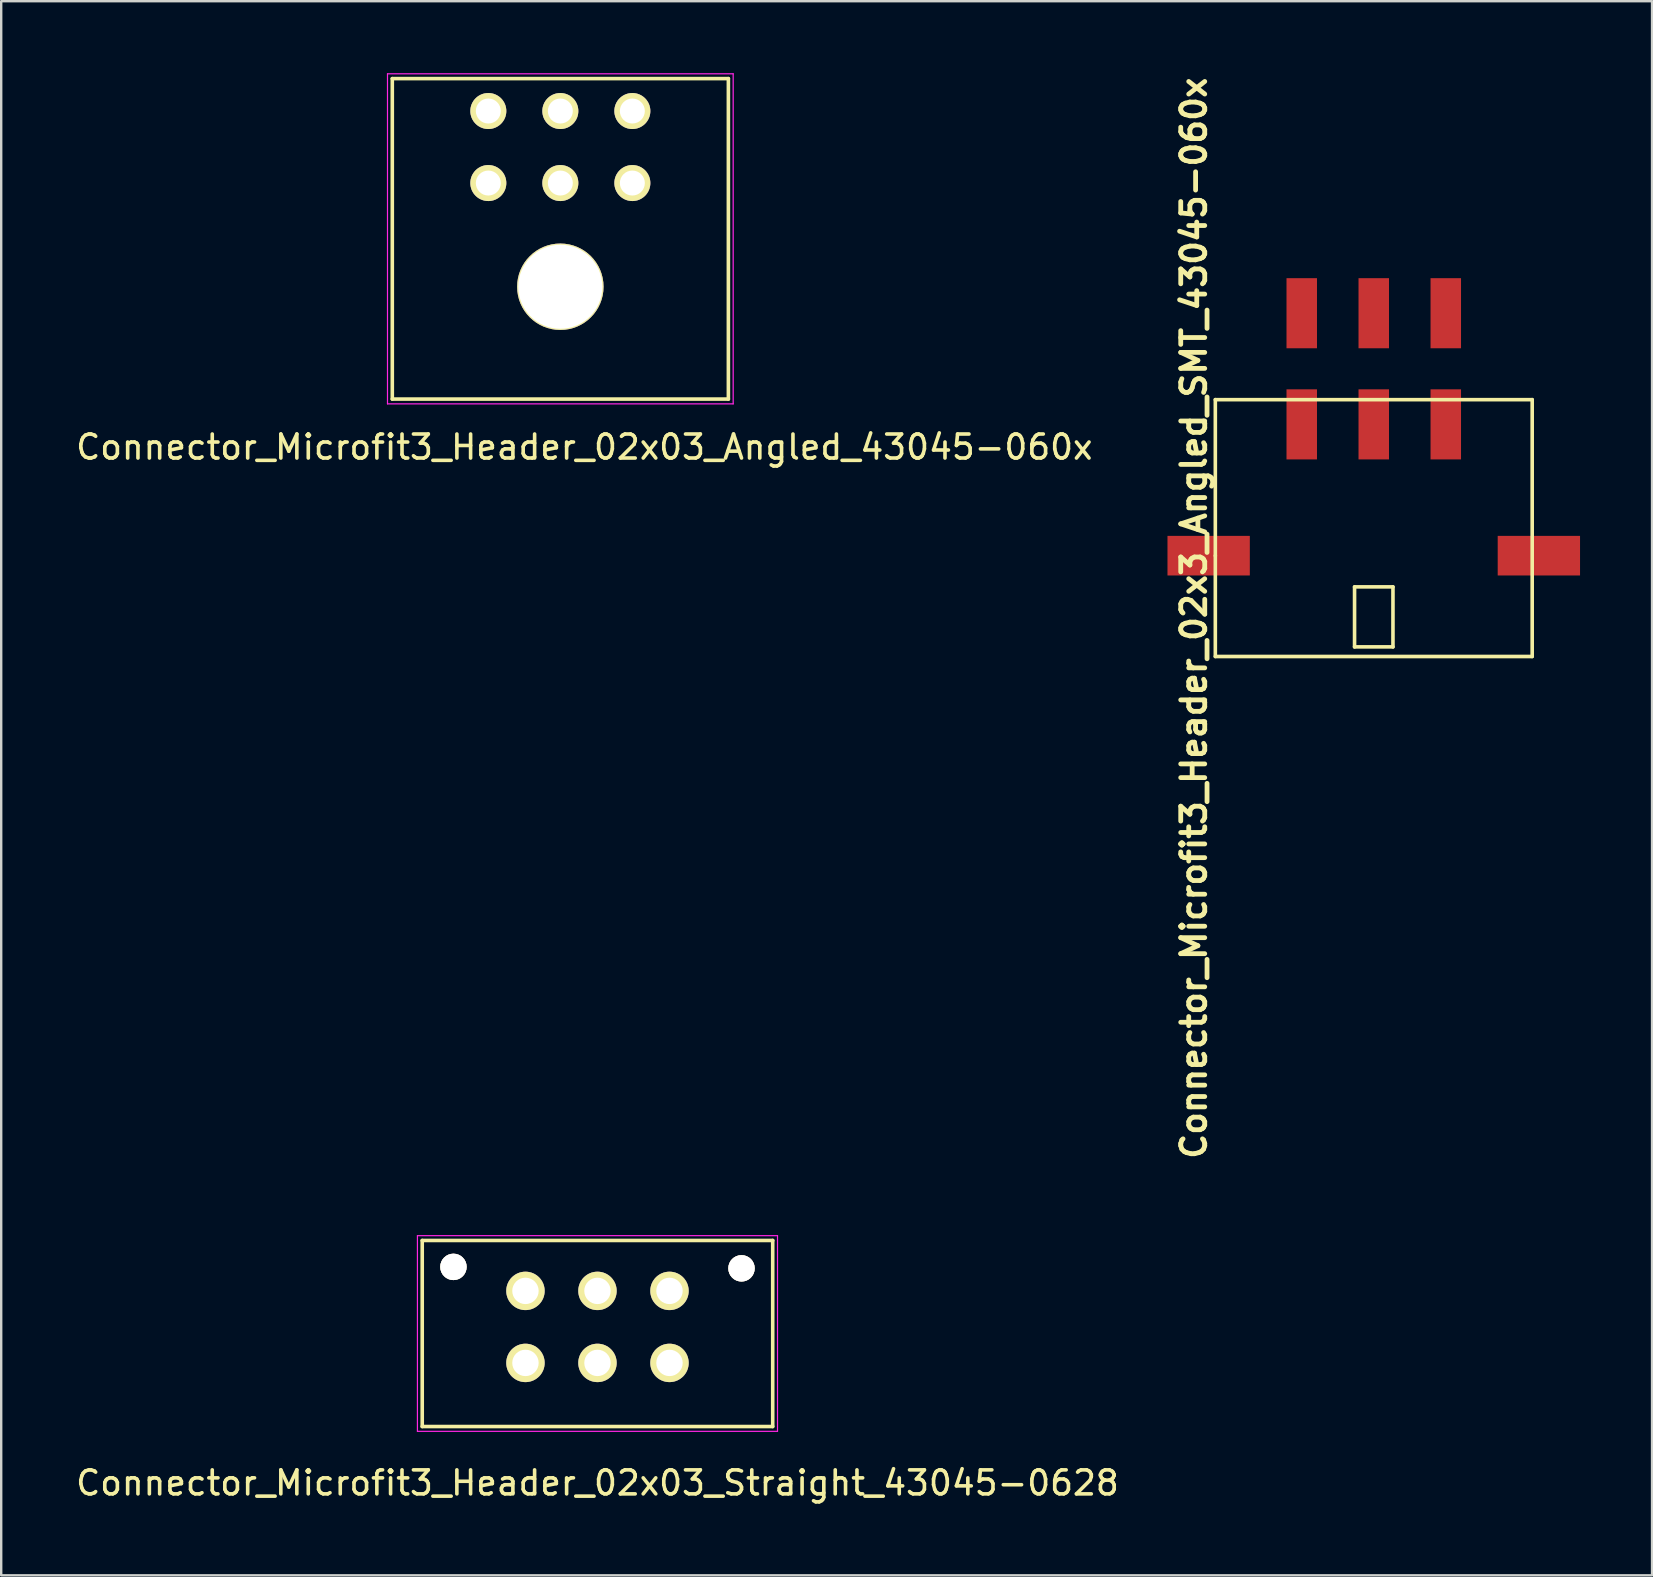
<source format=kicad_pcb>
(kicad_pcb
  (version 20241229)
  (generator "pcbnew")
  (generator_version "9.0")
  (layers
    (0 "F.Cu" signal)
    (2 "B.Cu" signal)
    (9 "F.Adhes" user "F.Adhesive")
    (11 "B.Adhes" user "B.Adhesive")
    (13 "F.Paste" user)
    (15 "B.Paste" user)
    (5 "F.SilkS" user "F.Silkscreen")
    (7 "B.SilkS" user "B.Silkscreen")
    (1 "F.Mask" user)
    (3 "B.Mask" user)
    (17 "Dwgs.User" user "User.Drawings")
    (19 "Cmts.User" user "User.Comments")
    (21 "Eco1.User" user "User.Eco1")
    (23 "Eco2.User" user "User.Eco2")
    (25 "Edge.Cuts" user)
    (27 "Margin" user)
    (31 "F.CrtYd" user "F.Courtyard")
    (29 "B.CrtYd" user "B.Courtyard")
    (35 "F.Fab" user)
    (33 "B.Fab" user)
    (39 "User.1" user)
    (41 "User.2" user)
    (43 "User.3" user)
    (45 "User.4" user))
  (footprint "Connector_Microfit3_Header_02x03_Angled_43045-060x"
    (layer "F.Cu")
    (at 23.292 4.575)
    (property "Reference" "Connector_Microfit3_Header_02x03_Angled_43045-060x" (at -2 11 0) (layer "F.SilkS") (effects (font (size 1 1) (thickness 0.15))))
    (attr through_hole)
    (fp_line (start -10 -4.35) (end 4 -4.35) (stroke (width 0.15) (type solid)) (layer "F.SilkS"))
    (fp_line (start -10 9) (end -10 -4.35) (stroke (width 0.15) (type solid)) (layer "F.SilkS"))
    (fp_line (start 4 -4.35) (end 4 9) (stroke (width 0.15) (type solid)) (layer "F.SilkS"))
    (fp_line (start 4 9) (end -10 9) (stroke (width 0.15) (type solid)) (layer "F.SilkS"))
    (fp_line (start -10.2 -4.55) (end -10.2 9.2) (stroke (width 0.05) (type solid)) (layer "F.CrtYd"))
    (fp_line (start -10.2 9.2) (end 4.2 9.2) (stroke (width 0.05) (type solid)) (layer "F.CrtYd"))
    (fp_line (start 4.2 -4.55) (end -10.2 -4.55) (stroke (width 0.05) (type solid)) (layer "F.CrtYd"))
    (fp_line (start 4.2 9.2) (end 4.2 -4.55) (stroke (width 0.05) (type solid)) (layer "F.CrtYd"))
    (pad "" thru_hole circle (at -3 4.32) (size 3.6 3.6) (drill 3.5) (layers "*.Cu" "*.Mask" "F.SilkS"))
    (pad "1" thru_hole circle (at 0 0) (size 1.5 1.5) (drill 1.04) (layers "*.Cu" "*.Mask" "F.SilkS"))
    (pad "2" thru_hole circle (at -3 0) (size 1.5 1.5) (drill 1.04) (layers "*.Cu" "*.Mask" "F.SilkS"))
    (pad "3" thru_hole circle (at -6 0) (size 1.5 1.5) (drill 1.04) (layers "*.Cu" "*.Mask" "F.SilkS"))
    (pad "4" thru_hole circle (at 0 -3) (size 1.5 1.5) (drill 1.04) (layers "*.Cu" "*.Mask" "F.SilkS"))
    (pad "5" thru_hole circle (at -3 -3) (size 1.5 1.5) (drill 1.04) (layers "*.Cu" "*.Mask" "F.SilkS"))
    (pad "6" thru_hole circle (at -6 -3) (size 1.5 1.5) (drill 1.04) (layers "*.Cu" "*.Mask" "F.SilkS")))
  (footprint "Connector_Microfit3_Header_02x03_Straight_43045-0628"
    (layer "F.Cu")
    (at 24.839 53.725)
    (property "Reference" "Connector_Microfit3_Header_02x03_Straight_43045-0628" (at -3 5 0) (layer "F.SilkS") (effects (font (size 1 1) (thickness 0.15))))
    (attr through_hole)
    (fp_line (start -10.3 2.65) (end -10.3 -5.1) (stroke (width 0.15) (type solid)) (layer "F.SilkS"))
    (fp_line (start 4.3 -5.1) (end -10.3 -5.1) (stroke (width 0.15) (type solid)) (layer "F.SilkS"))
    (fp_line (start 4.3 2.65) (end -10.3 2.65) (stroke (width 0.15) (type solid)) (layer "F.SilkS"))
    (fp_line (start 4.3 2.65) (end 4.3 -5.1) (stroke (width 0.15) (type solid)) (layer "F.SilkS"))
    (fp_line (start -10.5 2.85) (end -10.5 -5.3) (stroke (width 0.05) (type solid)) (layer "F.CrtYd"))
    (fp_line (start 4.5 -5.3) (end -10.5 -5.3) (stroke (width 0.05) (type solid)) (layer "F.CrtYd"))
    (fp_line (start 4.5 2.85) (end -10.5 2.85) (stroke (width 0.05) (type solid)) (layer "F.CrtYd"))
    (fp_line (start 4.5 2.85) (end 4.5 -5.3) (stroke (width 0.05) (type solid)) (layer "F.CrtYd"))
    (pad "" thru_hole circle (at -9 -4) (size 1.1 1.1) (drill 1.1) (layers "*.Cu" "*.Mask" "F.SilkS"))
    (pad "" thru_hole circle (at 3 -3.94) (size 1.1 1.1) (drill 1.1) (layers "*.Cu" "*.Mask" "F.SilkS"))
    (pad "1" thru_hole circle (at 0 0) (size 1.6 1.6) (drill 1.1) (layers "*.Cu" "*.Mask" "F.SilkS"))
    (pad "2" thru_hole circle (at -3 0) (size 1.6 1.6) (drill 1.1) (layers "*.Cu" "*.Mask" "F.SilkS"))
    (pad "3" thru_hole circle (at -6 0) (size 1.6 1.6) (drill 1.1) (layers "*.Cu" "*.Mask" "F.SilkS"))
    (pad "4" thru_hole circle (at 0 -3) (size 1.6 1.6) (drill 1.1) (layers "*.Cu" "*.Mask" "F.SilkS"))
    (pad "5" thru_hole circle (at -3 -3) (size 1.6 1.6) (drill 1.1) (layers "*.Cu" "*.Mask" "F.SilkS"))
    (pad "6" thru_hole circle (at -6 -3) (size 1.6 1.6) (drill 1.1) (layers "*.Cu" "*.Mask" "F.SilkS")))
  (footprint "Connector_Microfit3_Header_02x3_Angled_SMT_43045-060x"
    (layer "F.Cu")
    (at 54.177 20.098)
    (property "Reference" "Connector_Microfit3_Header_02x3_Angled_SMT_43045-060x" (at -7.493 2.603 90) (layer "F.SilkS") (effects (font (size 1 1) (thickness 0.2))))
    (attr smd)
    (fp_line (start -6.6 -6.5) (end -6.6 0) (stroke (width 0.15) (type solid)) (layer "F.SilkS"))
    (fp_line (start -6.6 0) (end -6.6 4.2) (stroke (width 0.15) (type solid)) (layer "F.SilkS"))
    (fp_line (start -6.6 4.2) (end 6.6 4.2) (stroke (width 0.15) (type solid)) (layer "F.SilkS"))
    (fp_line (start -0.8 1.3) (end -0.8 3.8) (stroke (width 0.15) (type solid)) (layer "F.SilkS"))
    (fp_line (start -0.8 3.8) (end 0.8 3.8) (stroke (width 0.15) (type solid)) (layer "F.SilkS"))
    (fp_line (start 0.8 1.3) (end -0.8 1.3) (stroke (width 0.15) (type solid)) (layer "F.SilkS"))
    (fp_line (start 0.8 3.8) (end 0.8 1.3) (stroke (width 0.15) (type solid)) (layer "F.SilkS"))
    (fp_line (start 6.6 -6.5) (end -6.6 -6.5) (stroke (width 0.15) (type solid)) (layer "F.SilkS"))
    (fp_line (start 6.6 4.2) (end 6.6 -6.5) (stroke (width 0.15) (type solid)) (layer "F.SilkS"))
    (pad "1" smd rect (at 3 -5.47) (size 1.27 2.92) (layers "F.Cu" "F.Mask" "F.Paste"))
    (pad "2" smd rect (at 0 -5.47) (size 1.27 2.92) (layers "F.Cu" "F.Mask" "F.Paste"))
    (pad "3" smd rect (at -3 -5.47) (size 1.27 2.92) (layers "F.Cu" "F.Mask" "F.Paste"))
    (pad "4" smd rect (at 3 -10.1) (size 1.27 2.92) (layers "F.Cu" "F.Mask" "F.Paste"))
    (pad "5" smd rect (at 0 -10.1) (size 1.27 2.92) (layers "F.Cu" "F.Mask" "F.Paste"))
    (pad "6" smd rect (at -3 -10.1) (size 1.27 2.92) (layers "F.Cu" "F.Mask" "F.Paste"))
    (pad "CLIP" smd rect (at -6.878 0) (size 3.43 1.65) (layers "F.Cu" "F.Mask" "F.Paste"))
    (pad "CLIP" smd rect (at 6.878 0) (size 3.43 1.65) (layers "F.Cu" "F.Mask" "F.Paste")))
  (gr_rect
    (start -3 -3)
    (end 65.77 62.573)
    (stroke (width 0.1) (type default))
    (fill no)
    (layer "Edge.Cuts")))
</source>
